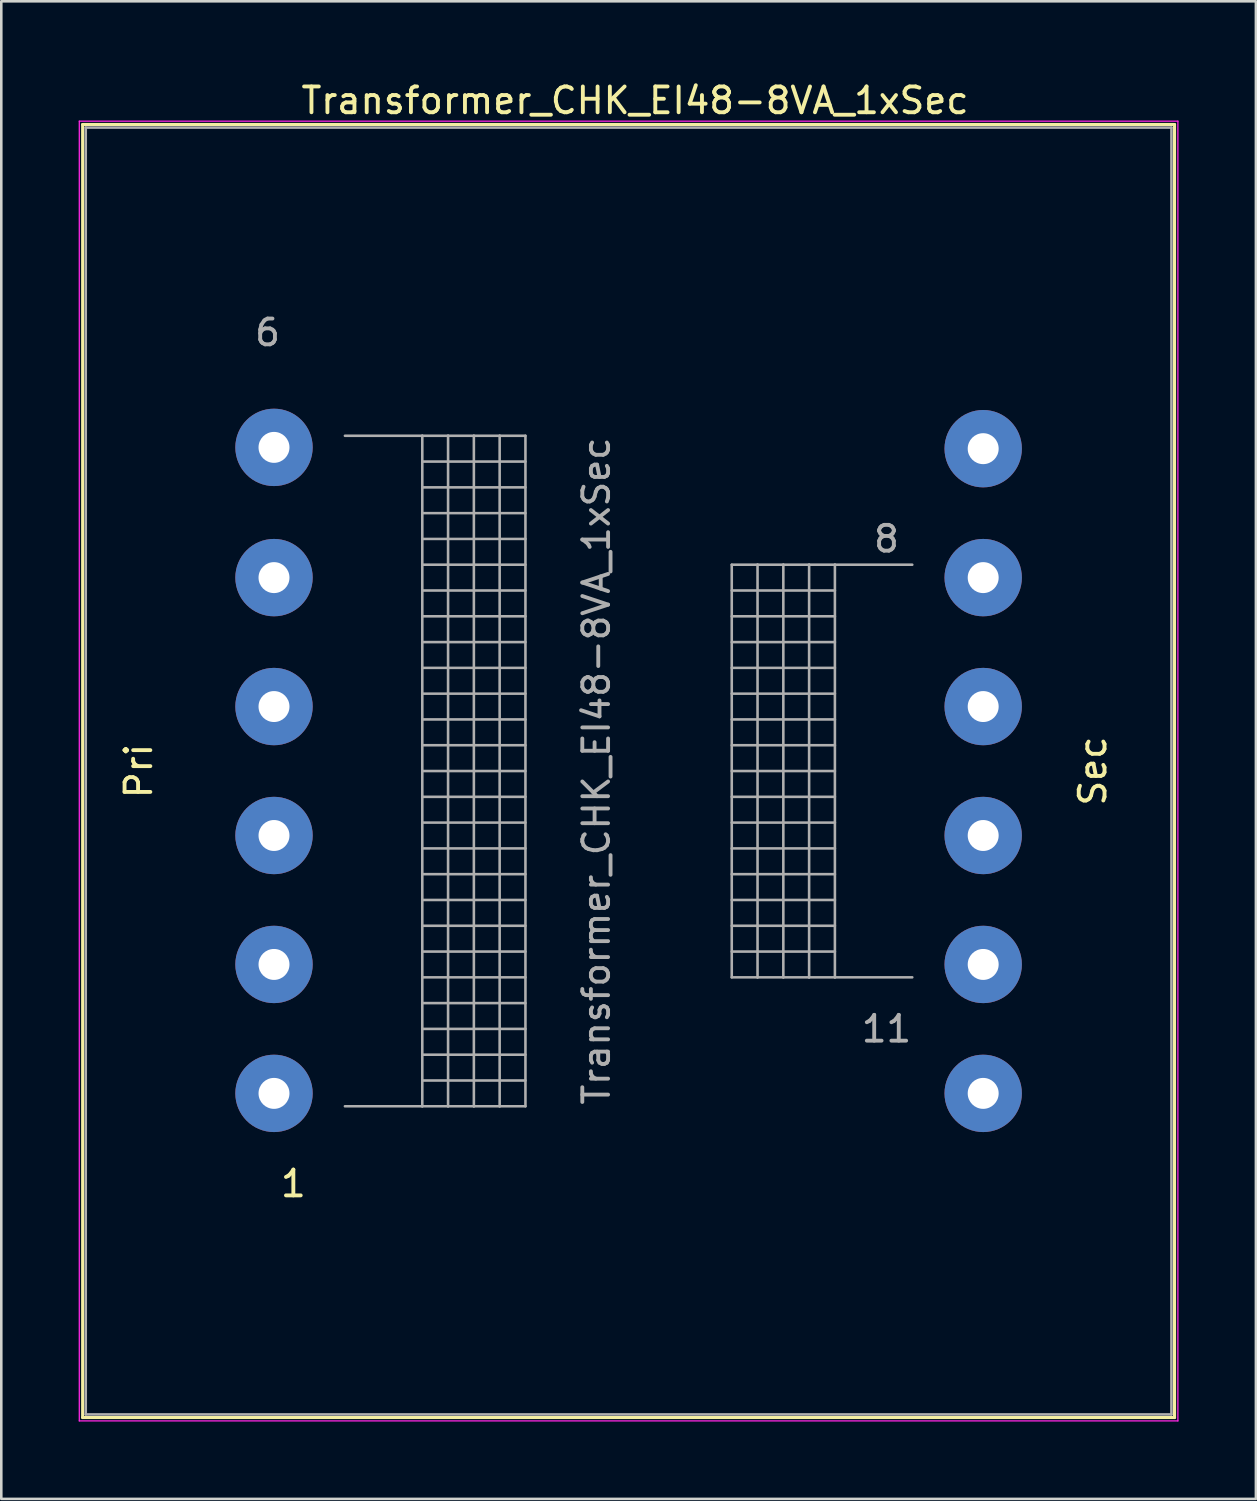
<source format=kicad_pcb>
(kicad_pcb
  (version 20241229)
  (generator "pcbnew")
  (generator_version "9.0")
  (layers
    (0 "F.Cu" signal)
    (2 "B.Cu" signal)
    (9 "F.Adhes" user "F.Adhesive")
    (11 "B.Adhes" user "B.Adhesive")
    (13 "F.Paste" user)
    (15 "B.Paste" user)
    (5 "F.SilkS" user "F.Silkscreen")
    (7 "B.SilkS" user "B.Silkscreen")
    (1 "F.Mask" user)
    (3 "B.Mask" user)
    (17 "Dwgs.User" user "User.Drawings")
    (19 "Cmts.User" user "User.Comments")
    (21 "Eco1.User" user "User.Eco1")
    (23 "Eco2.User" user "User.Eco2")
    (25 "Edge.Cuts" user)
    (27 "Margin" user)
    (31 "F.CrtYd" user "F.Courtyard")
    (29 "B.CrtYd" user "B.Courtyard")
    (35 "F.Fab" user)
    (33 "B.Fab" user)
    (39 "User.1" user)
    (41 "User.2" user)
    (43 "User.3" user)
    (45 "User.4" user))
  (footprint "Transformer_CHK_EI48-8VA_1xSec"
    (layer "F.Cu")
    (at 7.575 39.348)
    (property "Reference" "Transformer_CHK_EI48-8VA_1xSec" (at 14 -38.5 0) (layer "F.SilkS") (effects (font (size 1 1) (thickness 0.15))))
    (attr through_hole)
    (fp_line (start -7.42 -37.57) (end -7.42 12.57) (stroke (width 0.12) (type solid)) (layer "F.SilkS"))
    (fp_line (start -7.42 -37.57) (end 34.92 -37.57) (stroke (width 0.12) (type solid)) (layer "F.SilkS"))
    (fp_line (start 34.92 12.57) (end -7.42 12.57) (stroke (width 0.12) (type solid)) (layer "F.SilkS"))
    (fp_line (start 34.92 12.57) (end 34.92 -37.57) (stroke (width 0.12) (type solid)) (layer "F.SilkS"))
    (fp_line (start -7.55 -37.7) (end -7.55 12.7) (stroke (width 0.05) (type solid)) (layer "F.CrtYd"))
    (fp_line (start -7.55 -37.7) (end 35.05 -37.7) (stroke (width 0.05) (type solid)) (layer "F.CrtYd"))
    (fp_line (start 35.05 12.7) (end -7.55 12.7) (stroke (width 0.05) (type solid)) (layer "F.CrtYd"))
    (fp_line (start 35.05 12.7) (end 35.05 -37.7) (stroke (width 0.05) (type solid)) (layer "F.CrtYd"))
    (fp_line (start -7.3 -37.45) (end 34.8 -37.45) (stroke (width 0.1) (type solid)) (layer "F.Fab"))
    (fp_line (start -7.3 12.45) (end -7.3 -37.45) (stroke (width 0.1) (type solid)) (layer "F.Fab"))
    (fp_line (start 2.75 -25.5) (end 5.75 -25.5) (stroke (width 0.1) (type solid)) (layer "F.Fab"))
    (fp_line (start 5.75 -25.5) (end 5.75 0.5) (stroke (width 0.1) (type solid)) (layer "F.Fab"))
    (fp_line (start 5.75 -25.5) (end 6.75 -25.5) (stroke (width 0.1) (type solid)) (layer "F.Fab"))
    (fp_line (start 5.75 -24.5) (end 9.75 -24.5) (stroke (width 0.1) (type solid)) (layer "F.Fab"))
    (fp_line (start 5.75 -23.5) (end 9.75 -23.5) (stroke (width 0.1) (type solid)) (layer "F.Fab"))
    (fp_line (start 5.75 -22.5) (end 9.75 -22.5) (stroke (width 0.1) (type solid)) (layer "F.Fab"))
    (fp_line (start 5.75 -21.5) (end 9.75 -21.5) (stroke (width 0.1) (type solid)) (layer "F.Fab"))
    (fp_line (start 5.75 -20.5) (end 9.75 -20.5) (stroke (width 0.1) (type solid)) (layer "F.Fab"))
    (fp_line (start 5.75 -19.5) (end 9.75 -19.5) (stroke (width 0.1) (type solid)) (layer "F.Fab"))
    (fp_line (start 5.75 -18.5) (end 9.75 -18.5) (stroke (width 0.1) (type solid)) (layer "F.Fab"))
    (fp_line (start 5.75 -17.5) (end 9.75 -17.5) (stroke (width 0.1) (type solid)) (layer "F.Fab"))
    (fp_line (start 5.75 -16.5) (end 9.75 -16.5) (stroke (width 0.1) (type solid)) (layer "F.Fab"))
    (fp_line (start 5.75 -15.5) (end 9.75 -15.5) (stroke (width 0.1) (type solid)) (layer "F.Fab"))
    (fp_line (start 5.75 -14.5) (end 9.75 -14.5) (stroke (width 0.1) (type solid)) (layer "F.Fab"))
    (fp_line (start 5.75 -13.5) (end 9.75 -13.5) (stroke (width 0.1) (type solid)) (layer "F.Fab"))
    (fp_line (start 5.75 -12.5) (end 9.75 -12.5) (stroke (width 0.1) (type solid)) (layer "F.Fab"))
    (fp_line (start 5.75 -11.5) (end 9.75 -11.5) (stroke (width 0.1) (type solid)) (layer "F.Fab"))
    (fp_line (start 5.75 -10.5) (end 9.75 -10.5) (stroke (width 0.1) (type solid)) (layer "F.Fab"))
    (fp_line (start 5.75 -9.5) (end 9.75 -9.5) (stroke (width 0.1) (type solid)) (layer "F.Fab"))
    (fp_line (start 5.75 -8.5) (end 9.75 -8.5) (stroke (width 0.1) (type solid)) (layer "F.Fab"))
    (fp_line (start 5.75 -7.5) (end 9.75 -7.5) (stroke (width 0.1) (type solid)) (layer "F.Fab"))
    (fp_line (start 5.75 -6.5) (end 9.75 -6.5) (stroke (width 0.1) (type solid)) (layer "F.Fab"))
    (fp_line (start 5.75 -5.5) (end 9.75 -5.5) (stroke (width 0.1) (type solid)) (layer "F.Fab"))
    (fp_line (start 5.75 -4.5) (end 9.75 -4.5) (stroke (width 0.1) (type solid)) (layer "F.Fab"))
    (fp_line (start 5.75 -3.5) (end 9.75 -3.5) (stroke (width 0.1) (type solid)) (layer "F.Fab"))
    (fp_line (start 5.75 -2.5) (end 9.75 -2.5) (stroke (width 0.1) (type solid)) (layer "F.Fab"))
    (fp_line (start 5.75 -1.5) (end 9.75 -1.5) (stroke (width 0.1) (type solid)) (layer "F.Fab"))
    (fp_line (start 5.75 -0.5) (end 9.75 -0.5) (stroke (width 0.1) (type solid)) (layer "F.Fab"))
    (fp_line (start 5.75 0.5) (end 2.75 0.5) (stroke (width 0.1) (type solid)) (layer "F.Fab"))
    (fp_line (start 6.75 -25.5) (end 6.75 0.5) (stroke (width 0.1) (type solid)) (layer "F.Fab"))
    (fp_line (start 6.75 -25.5) (end 7.75 -25.5) (stroke (width 0.1) (type solid)) (layer "F.Fab"))
    (fp_line (start 6.75 0.5) (end 5.75 0.5) (stroke (width 0.1) (type solid)) (layer "F.Fab"))
    (fp_line (start 7.75 -25.5) (end 7.75 0.5) (stroke (width 0.1) (type solid)) (layer "F.Fab"))
    (fp_line (start 7.75 -25.5) (end 8.75 -25.5) (stroke (width 0.1) (type solid)) (layer "F.Fab"))
    (fp_line (start 7.75 0.5) (end 6.75 0.5) (stroke (width 0.1) (type solid)) (layer "F.Fab"))
    (fp_line (start 8.75 -25.5) (end 8.75 0.5) (stroke (width 0.1) (type solid)) (layer "F.Fab"))
    (fp_line (start 8.75 -25.5) (end 9.75 -25.5) (stroke (width 0.1) (type solid)) (layer "F.Fab"))
    (fp_line (start 8.75 0.5) (end 7.75 0.5) (stroke (width 0.1) (type solid)) (layer "F.Fab"))
    (fp_line (start 9.75 -25.5) (end 9.75 0.5) (stroke (width 0.1) (type solid)) (layer "F.Fab"))
    (fp_line (start 9.75 0.5) (end 8.75 0.5) (stroke (width 0.1) (type solid)) (layer "F.Fab"))
    (fp_line (start 17.75 -20.5) (end 17.75 -4.5) (stroke (width 0.1) (type solid)) (layer "F.Fab"))
    (fp_line (start 17.75 -19.5) (end 21.75 -19.5) (stroke (width 0.1) (type solid)) (layer "F.Fab"))
    (fp_line (start 17.75 -18.5) (end 21.75 -18.5) (stroke (width 0.1) (type solid)) (layer "F.Fab"))
    (fp_line (start 17.75 -17.5) (end 21.75 -17.5) (stroke (width 0.1) (type solid)) (layer "F.Fab"))
    (fp_line (start 17.75 -16.5) (end 21.75 -16.5) (stroke (width 0.1) (type solid)) (layer "F.Fab"))
    (fp_line (start 17.75 -15.5) (end 21.75 -15.5) (stroke (width 0.1) (type solid)) (layer "F.Fab"))
    (fp_line (start 17.75 -14.5) (end 21.75 -14.5) (stroke (width 0.1) (type solid)) (layer "F.Fab"))
    (fp_line (start 17.75 -13.5) (end 21.75 -13.5) (stroke (width 0.1) (type solid)) (layer "F.Fab"))
    (fp_line (start 17.75 -12.5) (end 21.75 -12.5) (stroke (width 0.1) (type solid)) (layer "F.Fab"))
    (fp_line (start 17.75 -11.5) (end 21.75 -11.5) (stroke (width 0.1) (type solid)) (layer "F.Fab"))
    (fp_line (start 17.75 -10.5) (end 21.75 -10.5) (stroke (width 0.1) (type solid)) (layer "F.Fab"))
    (fp_line (start 17.75 -9.5) (end 21.75 -9.5) (stroke (width 0.1) (type solid)) (layer "F.Fab"))
    (fp_line (start 17.75 -8.5) (end 21.75 -8.5) (stroke (width 0.1) (type solid)) (layer "F.Fab"))
    (fp_line (start 17.75 -7.5) (end 21.75 -7.5) (stroke (width 0.1) (type solid)) (layer "F.Fab"))
    (fp_line (start 17.75 -6.5) (end 21.75 -6.5) (stroke (width 0.1) (type solid)) (layer "F.Fab"))
    (fp_line (start 17.75 -5.5) (end 21.75 -5.5) (stroke (width 0.1) (type solid)) (layer "F.Fab"))
    (fp_line (start 17.75 -4.5) (end 18.75 -4.5) (stroke (width 0.1) (type solid)) (layer "F.Fab"))
    (fp_line (start 18.75 -20.5) (end 17.75 -20.5) (stroke (width 0.1) (type solid)) (layer "F.Fab"))
    (fp_line (start 18.75 -20.5) (end 18.75 -4.5) (stroke (width 0.1) (type solid)) (layer "F.Fab"))
    (fp_line (start 18.75 -4.5) (end 19.75 -4.5) (stroke (width 0.1) (type solid)) (layer "F.Fab"))
    (fp_line (start 19.75 -20.5) (end 18.75 -20.5) (stroke (width 0.1) (type solid)) (layer "F.Fab"))
    (fp_line (start 19.75 -20.5) (end 19.75 -4.5) (stroke (width 0.1) (type solid)) (layer "F.Fab"))
    (fp_line (start 19.75 -4.5) (end 20.75 -4.5) (stroke (width 0.1) (type solid)) (layer "F.Fab"))
    (fp_line (start 20.75 -20.5) (end 19.75 -20.5) (stroke (width 0.1) (type solid)) (layer "F.Fab"))
    (fp_line (start 20.75 -20.5) (end 20.75 -4.5) (stroke (width 0.1) (type solid)) (layer "F.Fab"))
    (fp_line (start 20.75 -4.5) (end 21.75 -4.5) (stroke (width 0.1) (type solid)) (layer "F.Fab"))
    (fp_line (start 21.75 -20.5) (end 20.75 -20.5) (stroke (width 0.1) (type solid)) (layer "F.Fab"))
    (fp_line (start 21.75 -20.5) (end 21.75 -4.5) (stroke (width 0.1) (type solid)) (layer "F.Fab"))
    (fp_line (start 21.75 -4.5) (end 24.75 -4.5) (stroke (width 0.1) (type solid)) (layer "F.Fab"))
    (fp_line (start 24.75 -20.5) (end 21.75 -20.5) (stroke (width 0.1) (type solid)) (layer "F.Fab"))
    (fp_line (start 34.8 -37.45) (end 34.8 12.45) (stroke (width 0.1) (type solid)) (layer "F.Fab"))
    (fp_line (start 34.8 12.45) (end -7.3 12.45) (stroke (width 0.1) (type solid)) (layer "F.Fab"))
    (fp_text user "Pri" (at -5.25 -12.5 90) (layer "F.SilkS") (effects (font (size 1 1) (thickness 0.15))))
    (fp_text user "Sec" (at 31.75 -12.5 90) (layer "F.SilkS") (effects (font (size 1 1) (thickness 0.15))))
    (fp_text user "1" (at 0.75 3.5 0) (layer "F.SilkS") (effects (font (size 1 1) (thickness 0.15))))
    (fp_text user "11" (at 23.75 -2.5 0) (layer "F.Fab") (effects (font (size 1 1) (thickness 0.15))))
    (fp_text user "8" (at 23.75 -21.5 0) (layer "F.Fab") (effects (font (size 1 1) (thickness 0.15))))
    (fp_text user "6" (at -0.25 -29.5 0) (layer "F.Fab") (effects (font (size 1 1) (thickness 0.15))))
    (fp_text user "${REFERENCE}" (at 12.5 -12.5 90) (layer "F.Fab") (effects (font (size 1 1) (thickness 0.15))))
    (pad "1" thru_hole circle (at 0 0) (size 3 3) (drill 1.2) (layers "*.Cu" "*.Mask"))
    (pad "2" thru_hole circle (at 0 -5) (size 3 3) (drill 1.2) (layers "*.Cu" "*.Mask"))
    (pad "3" thru_hole circle (at 0 -10) (size 3 3) (drill 1.2) (layers "*.Cu" "*.Mask"))
    (pad "4" thru_hole circle (at 0 -15) (size 3 3) (drill 1.2) (layers "*.Cu" "*.Mask"))
    (pad "5" thru_hole circle (at 0 -20) (size 3 3) (drill 1.2) (layers "*.Cu" "*.Mask"))
    (pad "6" thru_hole circle (at 0 -25.05) (size 3 3) (drill 1.2) (layers "*.Cu" "*.Mask"))
    (pad "7" thru_hole circle (at 27.5 -25) (size 3 3) (drill 1.2) (layers "*.Cu" "*.Mask"))
    (pad "8" thru_hole circle (at 27.5 -20) (size 3 3) (drill 1.2) (layers "*.Cu" "*.Mask"))
    (pad "9" thru_hole circle (at 27.5 -15) (size 3 3) (drill 1.2) (layers "*.Cu" "*.Mask"))
    (pad "10" thru_hole circle (at 27.5 -10) (size 3 3) (drill 1.2) (layers "*.Cu" "*.Mask"))
    (pad "11" thru_hole circle (at 27.5 -5) (size 3 3) (drill 1.2) (layers "*.Cu" "*.Mask"))
    (pad "12" thru_hole circle (at 27.5 0) (size 3 3) (drill 1.2) (layers "*.Cu" "*.Mask")))
  (gr_rect
    (start -3 -3)
    (end 45.65 55.073)
    (stroke (width 0.1) (type default))
    (fill no)
    (layer "Edge.Cuts")))
</source>
